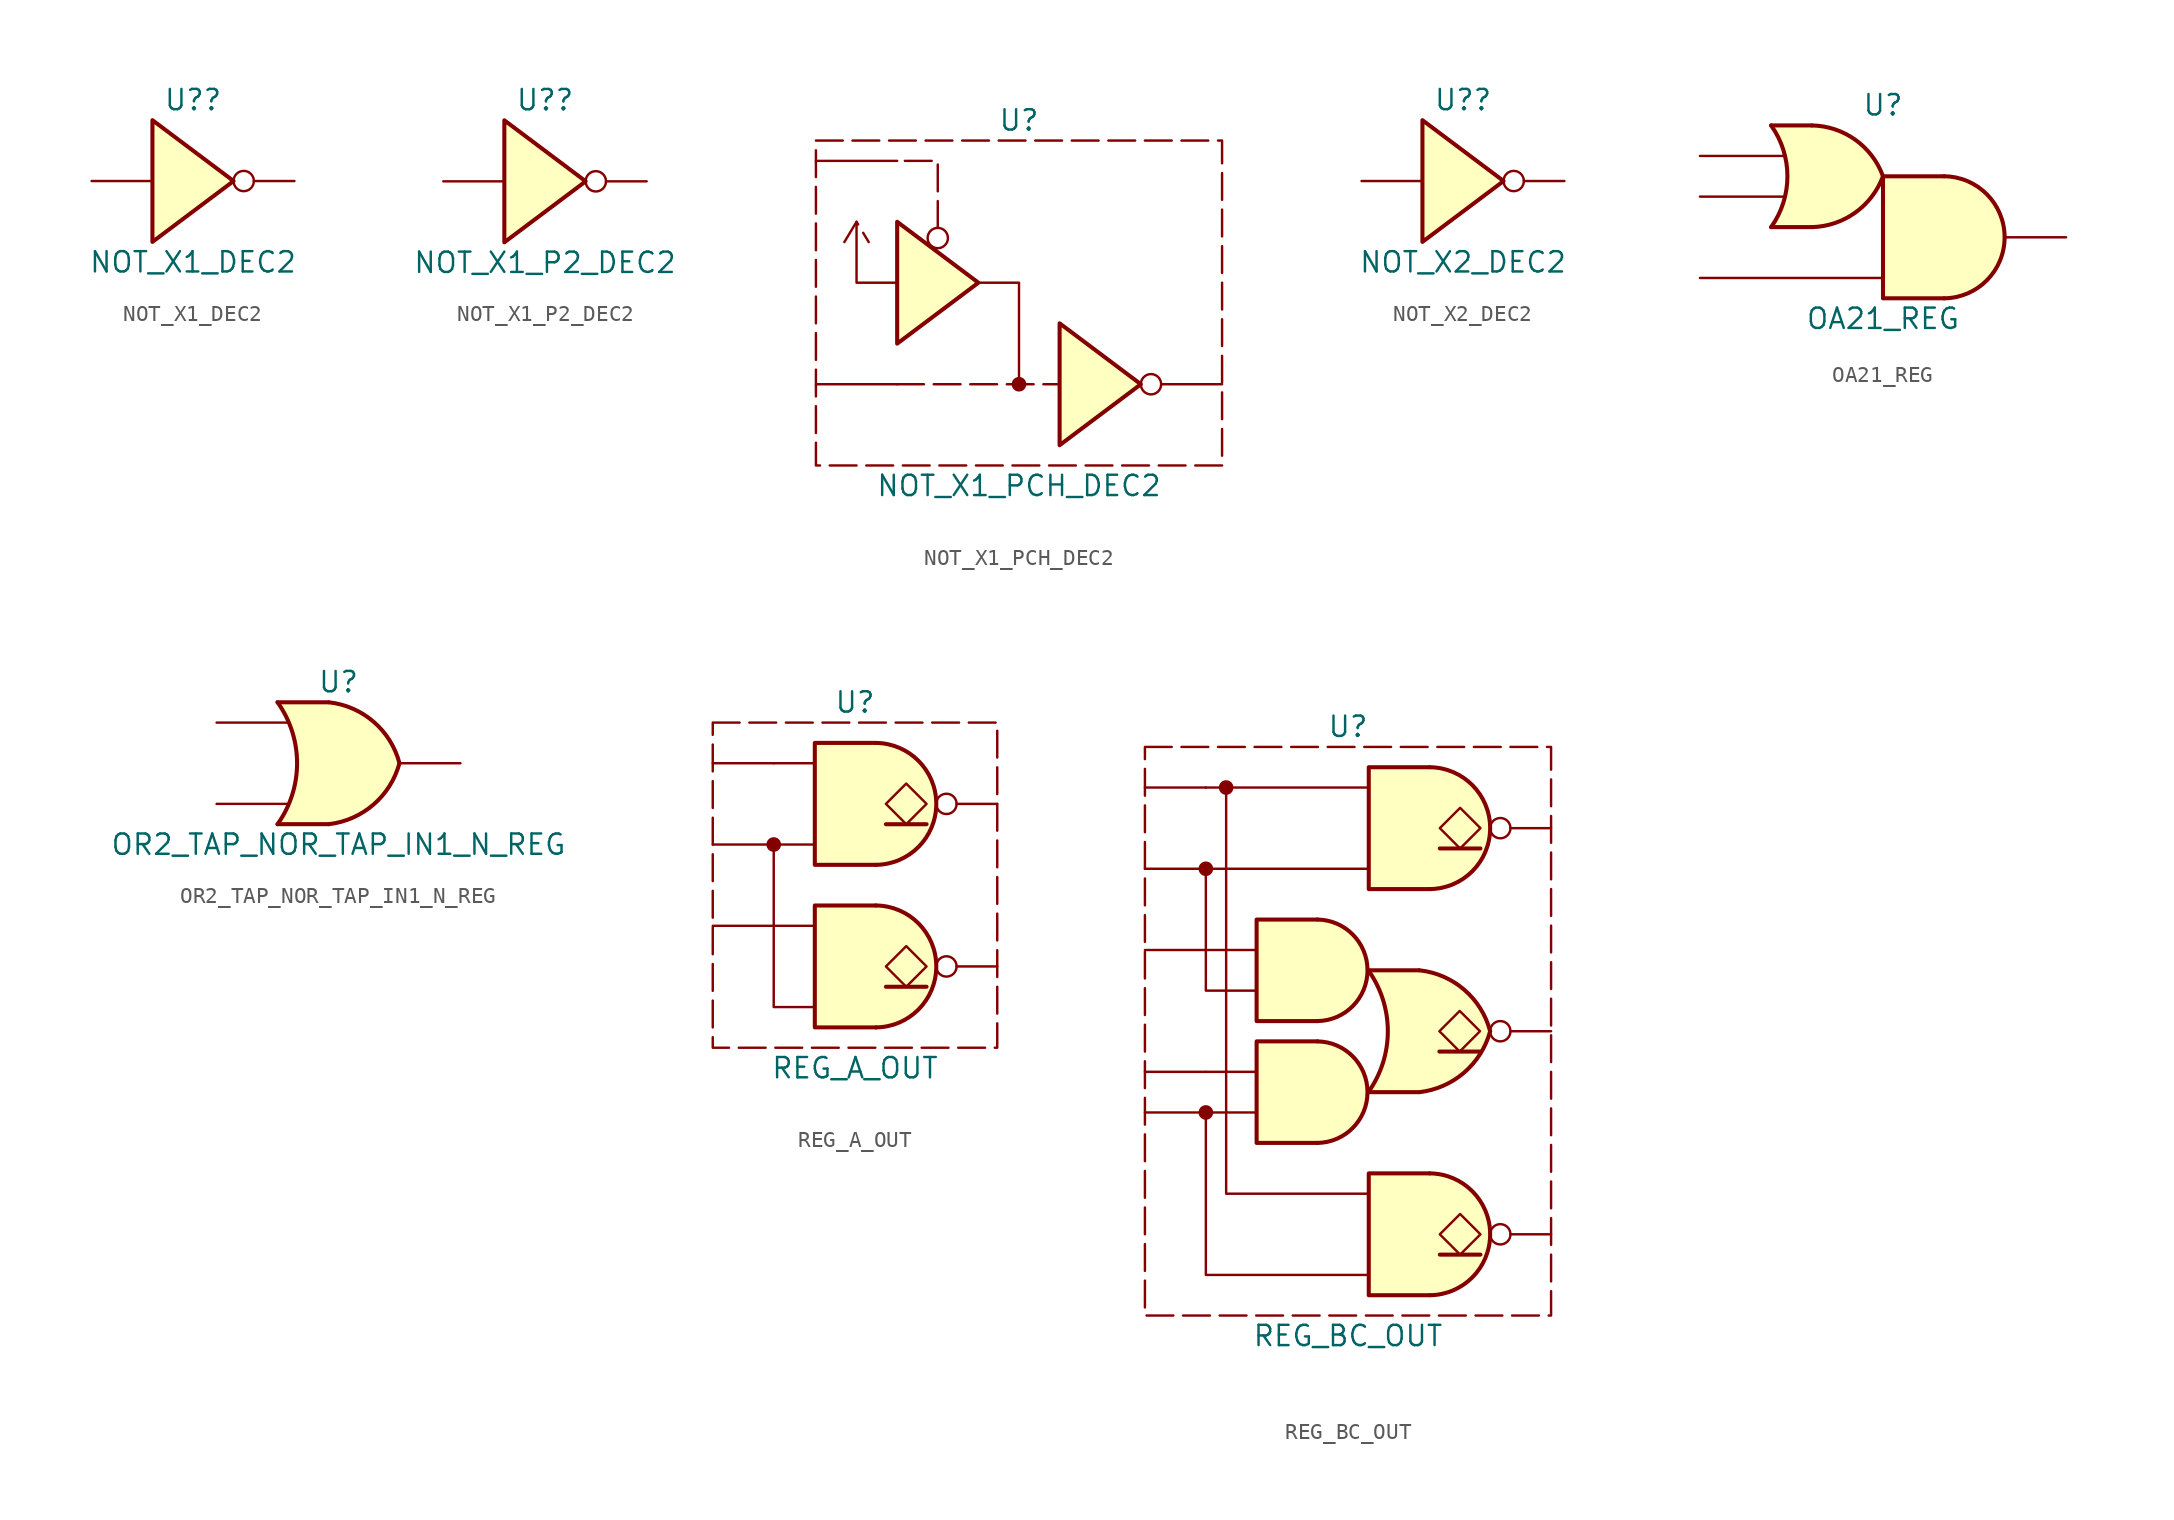
<source format=kicad_sym>
(kicad_symbol_lib
  (version 20231120)
  (generator "kicad_symbol_editor")
  (generator_version "8.0")
  (symbol "NOT_X1_DEC2"
    (pin_numbers hide)
    (pin_names hide)
    (property "Reference" "U?"
      (at 0 5.08 0)
      (effects (font (size 1.27 1.27))))
    (property "Value" "NOT_X1_DEC2"
      (at 0 -5.08 0)
      (effects (font (size 1.27 1.27))))
    (symbol "NOT_X1_DEC2_1_0"
      (polyline (pts (xy -2.54 3.81) (xy -2.54 -3.81) (xy 2.54 0) (xy -2.54 3.81)) (stroke (width 0.254) (type default)) (fill (type background)))
      (pin input line (at -6.35 0 0) (length 3.81) (name "~" (effects (font (size 1.27 1.27)))) (number "1" (effects (font (size 1.27 1.27)))))
      (pin output inverted (at 6.35 0 180) (length 3.81) (name "~" (effects (font (size 1.27 1.27)))) (number "2" (effects (font (size 1.27 1.27)))))))
  (symbol "NOT_X1_P2_DEC2"
    (pin_numbers hide)
    (pin_names hide)
    (property "Reference" "U?"
      (at 0 5.08 0)
      (effects (font (size 1.27 1.27))))
    (property "Value" "NOT_X1_P2_DEC2"
      (at 0 -5.08 0)
      (effects (font (size 1.27 1.27))))
    (symbol "NOT_X1_P2_DEC2_1_0"
      (polyline (pts (xy -2.54 3.81) (xy -2.54 -3.81) (xy 2.54 0) (xy -2.54 3.81)) (stroke (width 0.254) (type default)) (fill (type background)))
      (pin input line (at -6.35 0 0) (length 3.81) (name "~" (effects (font (size 1.27 1.27)))) (number "1" (effects (font (size 1.27 1.27)))))
      (pin output inverted (at 6.35 0 180) (length 3.81) (name "~" (effects (font (size 1.27 1.27)))) (number "2" (effects (font (size 1.27 1.27)))))))
  (symbol "NOT_X1_PCH_DEC2"
    (pin_numbers hide)
    (pin_names hide)
    (property "Reference" "U"
      (at 0 11.43 0)
      (effects (font (size 1.27 1.27))))
    (property "Value" "NOT_X1_PCH_DEC2"
      (at 0 -11.43 0)
      (effects (font (size 1.27 1.27))))
    (symbol "NOT_X1_PCH_DEC2_0_1"
      (polyline (pts (xy -7.62 1.27) (xy -10.16 1.27) (xy -10.16 5.08)) (stroke (width 0) (type default)) (fill (type none))))
    (symbol "NOT_X1_PCH_DEC2_1_0"
      (polyline (pts (xy -7.62 5.08) (xy -7.62 -2.54) (xy -2.54 1.27) (xy -7.62 5.08)) (stroke (width 0.254) (type default)) (fill (type background)))
      (polyline (pts (xy 2.54 -1.27) (xy 2.54 -8.89) (xy 7.62 -5.08) (xy 2.54 -1.27)) (stroke (width 0.254) (type default)) (fill (type background))))
    (symbol "NOT_X1_PCH_DEC2_1_1"
      (rectangle (start -12.7 10.16) (end 12.7 -10.16) (stroke (width 0) (type dash)) (fill (type none)))
      (circle (center -5.08 4.064) (radius 0.635) (stroke (width 0) (type default)) (fill (type none)))
      (circle (center 0 -5.08) (radius 0.381) (stroke (width 0) (type default)) (fill (type outline)))
      (polyline (pts (xy -7.62 -5.08) (xy 2.54 -5.08)) (stroke (width 0) (type default)) (fill (type none)))
      (polyline (pts (xy -10.922 3.81) (xy -10.16 5.08) (xy -9.398 3.81)) (stroke (width 0) (type default)) (fill (type none)))
      (polyline (pts (xy -5.08 4.699) (xy -5.08 8.89) (xy -7.62 8.89)) (stroke (width 0) (type default)) (fill (type none)))
      (polyline (pts (xy 0 -5.08) (xy 0 1.27) (xy -2.54 1.27)) (stroke (width 0) (type default)) (fill (type none)))
      (pin bidirectional line (at -12.7 -5.08 0) (length 5.08) (name "IN" (effects (font (size 1.27 1.27)))) (number "" (effects (font (size 1.27 1.27)))))
      (pin output inverted (at 12.7 -5.08 180) (length 5.08) (name "Y" (effects (font (size 1.27 1.27)))) (number "" (effects (font (size 1.27 1.27)))))
      (pin input line (at -12.7 8.89 0) (length 5.08) (name "~{PCH}" (effects (font (size 1.27 1.27)))) (number "" (effects (font (size 1.27 1.27)))))))
  (symbol "NOT_X2_DEC2"
    (pin_numbers hide)
    (pin_names hide)
    (property "Reference" "U?"
      (at 0 5.08 0)
      (effects (font (size 1.27 1.27))))
    (property "Value" "NOT_X2_DEC2"
      (at 0 -5.08 0)
      (effects (font (size 1.27 1.27))))
    (symbol "NOT_X2_DEC2_1_0"
      (polyline (pts (xy -2.54 3.81) (xy -2.54 -3.81) (xy 2.54 0) (xy -2.54 3.81)) (stroke (width 0.254) (type default)) (fill (type background)))
      (pin input line (at -6.35 0 0) (length 3.81) (name "~" (effects (font (size 1.27 1.27)))) (number "1" (effects (font (size 1.27 1.27)))))
      (pin output inverted (at 6.35 0 180) (length 3.81) (name "~" (effects (font (size 1.27 1.27)))) (number "2" (effects (font (size 1.27 1.27)))))))
  (symbol "OA21_REG"
    (pin_numbers hide)
    (pin_names hide)
    (property "Reference" "U"
      (at 0 6.985 0)
      (effects (font (size 1.27 1.27))))
    (property "Value" "OA21_REG"
      (at 0 -6.35 0)
      (effects (font (size 1.27 1.27))))
    (symbol "OA21_REG_1_1"
      (arc (start -6.985 -0.635) (mid -5.9677 2.54) (end -6.985 5.715) (stroke (width 0.254) (type default)) (fill (type none)))
      (arc (start -4.445 -0.635) (mid -1.7349 0.2698) (end -0.0002 2.54) (stroke (width 0.254) (type default)) (fill (type background)))
      (polyline (pts (xy -6.985 -0.635) (xy -4.445 -0.635)) (stroke (width 0.254) (type default)) (fill (type background)))
      (polyline (pts (xy -6.985 5.715) (xy -4.445 5.715)) (stroke (width 0.254) (type default)) (fill (type background)))
      (polyline (pts (xy 3.81 2.54) (xy 0 2.54) (xy 0 -5.08) (xy 3.81 -5.08)) (stroke (width 0.254) (type default)) (fill (type background)))
      (polyline (pts (xy -4.445 5.715) (xy -6.96 5.69) (xy -6.553 5.029) (xy -6.248 4.318) (xy -6.096 3.658) (xy -5.944 2.946) (xy -5.944 2.134) (xy -6.045 1.422) (xy -6.35 0.559) (xy -6.604 0) (xy -6.909 -0.61) (xy -4.445 -0.635)) (stroke (width -25.4) (type default)) (fill (type background)))
      (arc (start -0.0002 2.54) (mid -1.7288 4.8188) (end -4.445 5.715) (stroke (width 0.254) (type default)) (fill (type background)))
      (arc (start 3.81 -5.08) (mid 7.5925 -1.27) (end 3.81 2.54) (stroke (width 0.254) (type default)) (fill (type background)))
      (pin input line (at -11.43 3.81 0) (length 5.3) (name "~" (effects (font (size 1.27 1.27)))) (number "1" (effects (font (size 1.27 1.27)))))
      (pin input line (at -11.43 1.27 0) (length 5.3) (name "~" (effects (font (size 1.27 1.27)))) (number "2" (effects (font (size 1.27 1.27)))))
      (pin input line (at -11.43 -3.81 0) (length 11.4) (name "~" (effects (font (size 1.27 1.27)))) (number "3" (effects (font (size 1.27 1.27)))))
      (pin output line (at 11.43 -1.27 180) (length 3.81) (name "~" (effects (font (size 1.27 1.27)))) (number "4" (effects (font (size 0 0)))))))
  (symbol "OR2_TAP_NOR_TAP_IN1_N_REG"
    (pin_numbers hide)
    (pin_names
      (offset 0) hide)
    (property "Reference" "U"
      (at 0 5.08 0)
      (effects (font (size 1.27 1.27))))
    (property "Value" "OR2_TAP_NOR_TAP_IN1_N_REG"
      (at 0 -5.08 0)
      (effects (font (size 1.27 1.27))))
    (symbol "OR2_TAP_NOR_TAP_IN1_N_REG_1_1"
      (arc (start -3.8102 -3.81) (mid -2.5892 0) (end -3.8102 3.81) (stroke (width 0.254) (type default)) (fill (type none)))
      (arc (start -0.6098 -3.81) (mid 2.1853 -2.584) (end 3.8098 0) (stroke (width 0.254) (type default)) (fill (type background)))
      (polyline (pts (xy -3.81 -3.81) (xy -0.635 -3.81)) (stroke (width 0.254) (type default)) (fill (type background)))
      (polyline (pts (xy -3.81 3.81) (xy -0.635 3.81)) (stroke (width 0.254) (type default)) (fill (type background)))
      (polyline (pts (xy -0.635 3.81) (xy -3.81 3.81) (xy -3.81 3.81) (xy -3.556 3.404) (xy -3.023 2.261) (xy -2.693 1.041) (xy -2.616 -0.254) (xy -2.769 -1.499) (xy -3.175 -2.718) (xy -3.81 -3.81) (xy -3.81 -3.81) (xy -0.635 -3.81)) (stroke (width -25.4) (type default)) (fill (type background)))
      (arc (start 3.8098 0) (mid 2.1926 2.5925) (end -0.6098 3.81) (stroke (width 0.254) (type default)) (fill (type background)))
      (pin input line (at -7.62 2.54 0) (length 4.4) (name "IN1" (effects (font (size 1.27 1.27)))) (number "1" (effects (font (size 1.27 1.27)))))
      (pin input line (at -7.62 -2.54 0) (length 4.4) (name "IN2" (effects (font (size 1.27 1.27)))) (number "2" (effects (font (size 1.27 1.27)))))
      (pin output line (at 7.62 0 180) (length 3.81) (name "OR_Y" (effects (font (size 1.27 1.27)))) (number "3" (effects (font (size 0 0)))))))
  (symbol "REG_A_OUT"
    (pin_numbers hide)
    (pin_names hide)
    (property "Reference" "U"
      (at 0 11.43 0)
      (effects (font (size 1.27 1.27))))
    (property "Value" "REG_A_OUT"
      (at 0 -11.43 0)
      (effects (font (size 1.27 1.27))))
    (symbol "REG_A_OUT_0_1"
      (polyline (pts (xy -5.08 -2.54) (xy -2.54 -2.54)) (stroke (width 0) (type default)) (fill (type none)))
      (polyline (pts (xy -5.08 2.54) (xy -2.54 2.54)) (stroke (width 0) (type default)) (fill (type none)))
      (polyline (pts (xy -5.08 7.62) (xy -2.54 7.62)) (stroke (width 0) (type default)) (fill (type none)))
      (polyline (pts (xy -2.54 -7.62) (xy -5.08 -7.62) (xy -5.08 2.54)) (stroke (width 0) (type default)) (fill (type none))))
    (symbol "REG_A_OUT_1_1"
      (rectangle (start -8.89 10.16) (end 8.89 -10.16) (stroke (width 0) (type dash)) (fill (type none)))
      (circle (center -5.08 2.54) (radius 0.381) (stroke (width 0) (type default)) (fill (type outline)))
      (polyline (pts (xy 1.932 -6.35) (xy 4.472 -6.35)) (stroke (width 0.254) (type default)) (fill (type none)))
      (polyline (pts (xy 1.932 3.81) (xy 4.472 3.81)) (stroke (width 0.254) (type default)) (fill (type none)))
      (polyline (pts (xy 1.298 -1.27) (xy -2.512 -1.27) (xy -2.512 -8.89) (xy 1.298 -8.89)) (stroke (width 0.254) (type default)) (fill (type background)))
      (polyline (pts (xy 1.298 8.89) (xy -2.512 8.89) (xy -2.512 1.27) (xy 1.298 1.27)) (stroke (width 0.254) (type default)) (fill (type background)))
      (polyline (pts (xy 4.472 -5.08) (xy 3.202 -3.81) (xy 1.932 -5.08) (xy 3.202 -6.35) (xy 4.472 -5.08)) (stroke (width 0) (type default)) (fill (type none)))
      (polyline (pts (xy 4.472 5.08) (xy 3.202 6.35) (xy 1.932 5.08) (xy 3.202 3.81) (xy 4.472 5.08)) (stroke (width 0) (type default)) (fill (type none)))
      (arc (start 1.2976 -8.89) (mid 5.0801 -5.08) (end 1.2976 -1.27) (stroke (width 0.254) (type default)) (fill (type background)))
      (arc (start 1.2976 1.27) (mid 5.0801 5.08) (end 1.2976 8.89) (stroke (width 0.254) (type default)) (fill (type background)))
      (pin input line (at -8.89 7.62 0) (length 3.81) (name "A_ENA" (effects (font (size 1.27 1.27)))) (number "" (effects (font (size 0 0)))))
      (pin tri_state inverted (at 8.89 5.08 180) (length 3.81) (name "A_Y" (effects (font (size 1.27 1.27)))) (number "" (effects (font (size 0 0)))))
      (pin input line (at -8.89 -2.54 0) (length 3.81) (name "B_ENA" (effects (font (size 1.27 1.27)))) (number "" (effects (font (size 0 0)))))
      (pin tri_state inverted (at 8.89 -5.08 180) (length 3.81) (name "B_Y" (effects (font (size 1.27 1.27)))) (number "" (effects (font (size 0 0)))))
      (pin input line (at -8.89 2.54 0) (length 3.81) (name "IN" (effects (font (size 1.27 1.27)))) (number "" (effects (font (size 0 0)))))))
  (symbol "REG_BC_OUT"
    (pin_numbers hide)
    (pin_names hide)
    (property "Reference" "U"
      (at 0 19.05 0)
      (effects (font (size 1.27 1.27))))
    (property "Value" "REG_BC_OUT"
      (at 0 -19.05 0)
      (effects (font (size 1.27 1.27))))
    (symbol "REG_BC_OUT_0_1"
      (polyline (pts (xy -8.89 10.16) (xy 1.27 10.16)) (stroke (width 0) (type default)) (fill (type none)))
      (polyline (pts (xy -8.89 15.24) (xy 1.27 15.24)) (stroke (width 0) (type default)) (fill (type none)))
      (polyline (pts (xy -5.715 -5.08) (xy -8.89 -5.08)) (stroke (width 0) (type default)) (fill (type none)))
      (polyline (pts (xy -5.715 -2.54) (xy -8.89 -2.54)) (stroke (width 0) (type default)) (fill (type none)))
      (polyline (pts (xy -5.715 5.08) (xy -8.89 5.08)) (stroke (width 0) (type default)) (fill (type none)))
      (polyline (pts (xy -5.715 2.54) (xy -8.89 2.54) (xy -8.89 10.16)) (stroke (width 0) (type default)) (fill (type none)))
      (polyline (pts (xy 1.27 -15.24) (xy -8.89 -15.24) (xy -8.89 -5.08)) (stroke (width 0) (type default)) (fill (type none)))
      (polyline (pts (xy 1.27 -10.16) (xy -7.62 -10.16) (xy -7.62 15.24)) (stroke (width 0) (type default)) (fill (type none))))
    (symbol "REG_BC_OUT_1_1"
      (rectangle (start -12.7 17.78) (end 12.7 -17.78) (stroke (width 0) (type dash)) (fill (type none)))
      (circle (center -8.89 -5.08) (radius 0.381) (stroke (width 0) (type default)) (fill (type outline)))
      (circle (center -8.89 10.16) (radius 0.381) (stroke (width 0) (type default)) (fill (type outline)))
      (circle (center -7.62 15.24) (radius 0.381) (stroke (width 0) (type default)) (fill (type outline)))
      (arc (start -1.905 -6.985) (mid 1.22 -3.81) (end -1.905 -0.635) (stroke (width 0.254) (type default)) (fill (type background)))
      (arc (start -1.905 0.635) (mid 1.22 3.81) (end -1.905 6.985) (stroke (width 0.254) (type default)) (fill (type background)))
      (polyline (pts (xy 1.27 -3.81) (xy 4.445 -3.81)) (stroke (width 0.254) (type default)) (fill (type background)))
      (polyline (pts (xy 1.27 3.81) (xy 4.445 3.81)) (stroke (width 0.254) (type default)) (fill (type background)))
      (polyline (pts (xy 5.715 -1.27) (xy 8.255 -1.27)) (stroke (width 0.254) (type default)) (fill (type none)))
      (polyline (pts (xy 5.742 -13.97) (xy 8.282 -13.97)) (stroke (width 0.254) (type default)) (fill (type none)))
      (polyline (pts (xy 5.742 11.43) (xy 8.282 11.43)) (stroke (width 0.254) (type default)) (fill (type none)))
      (polyline (pts (xy -1.905 -0.635) (xy -5.715 -0.635) (xy -5.715 -6.985) (xy -1.905 -6.985)) (stroke (width 0.254) (type default)) (fill (type background)))
      (polyline (pts (xy -1.905 6.985) (xy -5.715 6.985) (xy -5.715 0.635) (xy -1.905 0.635)) (stroke (width 0.254) (type default)) (fill (type background)))
      (polyline (pts (xy 5.108 -8.89) (xy 1.298 -8.89) (xy 1.298 -16.51) (xy 5.108 -16.51)) (stroke (width 0.254) (type default)) (fill (type background)))
      (polyline (pts (xy 5.108 16.51) (xy 1.298 16.51) (xy 1.298 8.89) (xy 5.108 8.89)) (stroke (width 0.254) (type default)) (fill (type background)))
      (polyline (pts (xy 8.255 0) (xy 6.985 1.27) (xy 5.715 0) (xy 6.985 -1.27) (xy 8.255 0)) (stroke (width 0) (type default)) (fill (type none)))
      (polyline (pts (xy 8.282 -12.7) (xy 7.012 -11.43) (xy 5.742 -12.7) (xy 7.012 -13.97) (xy 8.282 -12.7)) (stroke (width 0) (type default)) (fill (type none)))
      (polyline (pts (xy 8.282 12.7) (xy 7.012 13.97) (xy 5.742 12.7) (xy 7.012 11.43) (xy 8.282 12.7)) (stroke (width 0) (type default)) (fill (type none)))
      (polyline (pts (xy 4.445 3.81) (xy 1.27 3.81) (xy 1.27 3.81) (xy 1.524 3.404) (xy 2.057 2.261) (xy 2.388 1.041) (xy 2.464 -0.254) (xy 2.311 -1.499) (xy 1.905 -2.718) (xy 1.27 -3.81) (xy 1.27 -3.81) (xy 4.445 -3.81)) (stroke (width -25.4) (type default)) (fill (type background)))
      (arc (start 1.2698 -3.81) (mid 2.4908 0) (end 1.2698 3.81) (stroke (width 0.254) (type default)) (fill (type none)))
      (arc (start 4.4702 -3.81) (mid 7.2653 -2.584) (end 8.8898 0) (stroke (width 0.254) (type default)) (fill (type background)))
      (arc (start 5.1076 -16.51) (mid 8.8901 -12.7) (end 5.1076 -8.89) (stroke (width 0.254) (type default)) (fill (type background)))
      (arc (start 5.1076 8.89) (mid 8.8901 12.7) (end 5.1076 16.51) (stroke (width 0.254) (type default)) (fill (type background)))
      (arc (start 8.8898 0) (mid 7.2726 2.5925) (end 4.4702 3.81) (stroke (width 0.254) (type default)) (fill (type background)))
      (pin input line (at -12.7 5.08 0) (length 3.81) (name "B_ENA2" (effects (font (size 1.27 1.27)))) (number "" (effects (font (size 0 0)))))
      (pin input line (at -12.7 10.16 0) (length 3.81) (name "B_IN" (effects (font (size 1.27 1.27)))) (number "" (effects (font (size 0 0)))))
      (pin tri_state inverted (at 12.7 12.7 180) (length 3.81) (name "B_Y1" (effects (font (size 1.27 1.27)))) (number "" (effects (font (size 0 0)))))
      (pin input line (at -12.7 -2.54 0) (length 3.81) (name "C_ENA2" (effects (font (size 1.27 1.27)))) (number "" (effects (font (size 0 0)))))
      (pin input line (at -12.7 -5.08 0) (length 3.81) (name "C_IN" (effects (font (size 1.27 1.27)))) (number "" (effects (font (size 0 0)))))
      (pin tri_state inverted (at 12.7 -12.7 180) (length 3.81) (name "C_Y1" (effects (font (size 1.27 1.27)))) (number "" (effects (font (size 0 0)))))
      (pin input line (at -12.7 15.24 0) (length 3.81) (name "ENA1" (effects (font (size 1.27 1.27)))) (number "" (effects (font (size 0 0)))))
      (pin tri_state inverted (at 12.7 0 180) (length 3.81) (name "Y2" (effects (font (size 1.27 1.27)))) (number "" (effects (font (size 0 0))))))))
</source>
